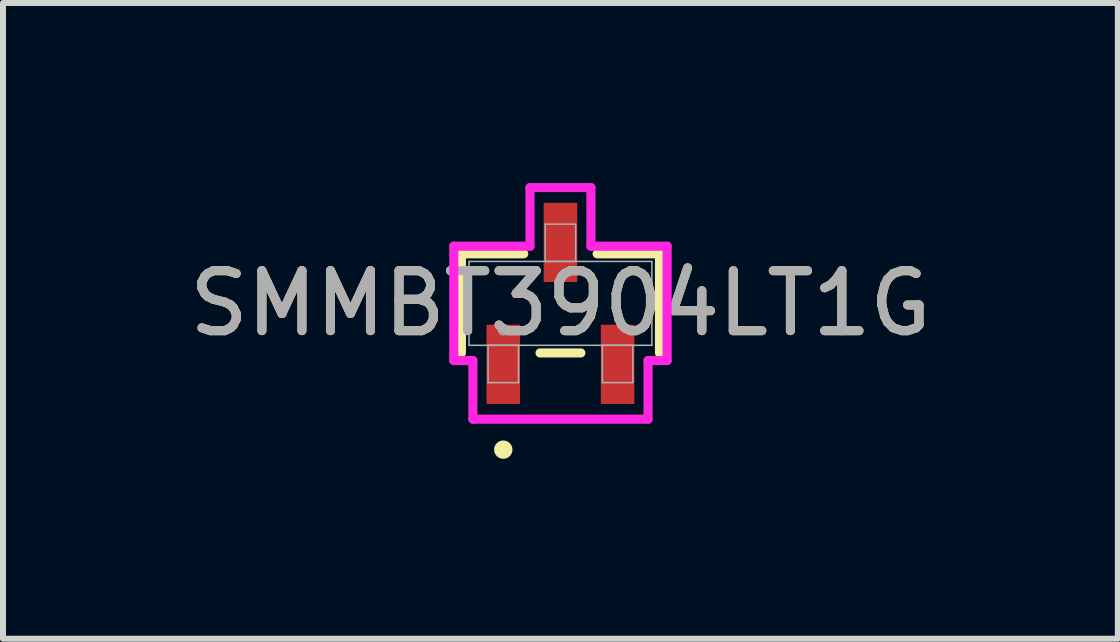
<source format=kicad_pcb>
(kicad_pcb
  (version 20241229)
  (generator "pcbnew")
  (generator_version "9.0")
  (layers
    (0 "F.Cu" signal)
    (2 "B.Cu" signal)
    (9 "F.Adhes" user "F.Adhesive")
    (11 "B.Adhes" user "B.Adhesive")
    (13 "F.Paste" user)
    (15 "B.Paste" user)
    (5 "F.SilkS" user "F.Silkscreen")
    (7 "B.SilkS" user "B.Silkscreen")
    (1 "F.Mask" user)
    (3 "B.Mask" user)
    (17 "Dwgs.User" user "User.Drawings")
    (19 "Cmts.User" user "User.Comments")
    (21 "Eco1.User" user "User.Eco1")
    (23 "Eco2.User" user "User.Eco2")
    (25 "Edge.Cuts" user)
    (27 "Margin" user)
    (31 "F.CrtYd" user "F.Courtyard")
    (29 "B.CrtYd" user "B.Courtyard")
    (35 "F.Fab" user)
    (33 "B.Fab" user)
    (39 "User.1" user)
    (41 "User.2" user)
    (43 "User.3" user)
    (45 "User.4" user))
  (footprint "SMMBT3904LT1G"
    (layer "F.Cu")
    (at 6.292 2.007)
    (property "Reference" "SMMBT3904LT1G" (at 0 0 0) (unlocked yes) (layer "F.SilkS") (effects (font (size 1 1) (thickness 0.15))))
    (attr smd)
    (fp_line (start -1.651 -0.826) (end -1.651 0.826) (stroke (width 0.152) (type solid)) (layer "F.SilkS"))
    (fp_line (start -0.612 -0.826) (end -1.651 -0.826) (stroke (width 0.152) (type solid)) (layer "F.SilkS"))
    (fp_line (start -0.34 0.826) (end 0.34 0.826) (stroke (width 0.152) (type solid)) (layer "F.SilkS"))
    (fp_line (start 1.651 -0.826) (end 0.612 -0.826) (stroke (width 0.152) (type solid)) (layer "F.SilkS"))
    (fp_line (start 1.651 0.826) (end 1.651 -0.826) (stroke (width 0.152) (type solid)) (layer "F.SilkS"))
    (fp_circle (center -0.953 2.438) (end -0.876 2.438) (stroke (width 0.152) (type solid)) (fill no) (layer "F.SilkS"))
    (fp_line (start -1.778 -0.953) (end -0.508 -0.953) (stroke (width 0.152) (type solid)) (layer "F.CrtYd"))
    (fp_line (start -1.778 0.953) (end -1.778 -0.953) (stroke (width 0.152) (type solid)) (layer "F.CrtYd"))
    (fp_line (start -1.778 0.953) (end -1.46 0.953) (stroke (width 0.152) (type solid)) (layer "F.CrtYd"))
    (fp_line (start -1.46 0.953) (end -1.46 1.93) (stroke (width 0.152) (type solid)) (layer "F.CrtYd"))
    (fp_line (start -1.46 1.93) (end 1.46 1.93) (stroke (width 0.152) (type solid)) (layer "F.CrtYd"))
    (fp_line (start -0.508 -1.93) (end 0.508 -1.93) (stroke (width 0.152) (type solid)) (layer "F.CrtYd"))
    (fp_line (start -0.508 -0.953) (end -0.508 -1.93) (stroke (width 0.152) (type solid)) (layer "F.CrtYd"))
    (fp_line (start 0.508 -0.953) (end 0.508 -1.93) (stroke (width 0.152) (type solid)) (layer "F.CrtYd"))
    (fp_line (start 1.46 0.953) (end 1.46 1.93) (stroke (width 0.152) (type solid)) (layer "F.CrtYd"))
    (fp_line (start 1.778 -0.953) (end 0.508 -0.953) (stroke (width 0.152) (type solid)) (layer "F.CrtYd"))
    (fp_line (start 1.778 -0.953) (end 1.778 0.953) (stroke (width 0.152) (type solid)) (layer "F.CrtYd"))
    (fp_line (start 1.778 0.953) (end 1.46 0.953) (stroke (width 0.152) (type solid)) (layer "F.CrtYd"))
    (fp_line (start -1.524 -0.699) (end -1.524 0.699) (stroke (width 0.025) (type solid)) (layer "F.Fab"))
    (fp_line (start -1.524 0.699) (end 1.524 0.699) (stroke (width 0.025) (type solid)) (layer "F.Fab"))
    (fp_line (start -1.206 0.699) (end -1.206 1.321) (stroke (width 0.025) (type solid)) (layer "F.Fab"))
    (fp_line (start -1.206 1.321) (end -0.699 1.321) (stroke (width 0.025) (type solid)) (layer "F.Fab"))
    (fp_line (start -0.699 0.699) (end -1.206 0.699) (stroke (width 0.025) (type solid)) (layer "F.Fab"))
    (fp_line (start -0.699 1.321) (end -0.699 0.699) (stroke (width 0.025) (type solid)) (layer "F.Fab"))
    (fp_line (start -0.254 -1.321) (end -0.254 -0.699) (stroke (width 0.025) (type solid)) (layer "F.Fab"))
    (fp_line (start -0.254 -0.699) (end 0.254 -0.699) (stroke (width 0.025) (type solid)) (layer "F.Fab"))
    (fp_line (start 0.254 -1.321) (end -0.254 -1.321) (stroke (width 0.025) (type solid)) (layer "F.Fab"))
    (fp_line (start 0.254 -0.699) (end 0.254 -1.321) (stroke (width 0.025) (type solid)) (layer "F.Fab"))
    (fp_line (start 0.699 0.699) (end 0.699 1.321) (stroke (width 0.025) (type solid)) (layer "F.Fab"))
    (fp_line (start 0.699 1.321) (end 1.206 1.321) (stroke (width 0.025) (type solid)) (layer "F.Fab"))
    (fp_line (start 1.206 0.699) (end 0.699 0.699) (stroke (width 0.025) (type solid)) (layer "F.Fab"))
    (fp_line (start 1.206 1.321) (end 1.206 0.699) (stroke (width 0.025) (type solid)) (layer "F.Fab"))
    (fp_line (start 1.524 -0.699) (end -1.524 -0.699) (stroke (width 0.025) (type solid)) (layer "F.Fab"))
    (fp_line (start 1.524 0.699) (end 1.524 -0.699) (stroke (width 0.025) (type solid)) (layer "F.Fab"))
    (fp_circle (center -0.953 0.445) (end -0.876 0.445) (stroke (width 0.025) (type solid)) (fill no) (layer "F.Fab"))
    (fp_text user "${REFERENCE}" (at 0 0 0) (unlocked yes) (layer "F.Fab") (effects (font (size 1 1) (thickness 0.15))))
    (pad "1" smd rect (at -0.953 1.016) (size 0.559 1.321) (layers "F.Cu" "F.Mask" "F.Paste"))
    (pad "2" smd rect (at 0.953 1.016) (size 0.559 1.321) (layers "F.Cu" "F.Mask" "F.Paste"))
    (pad "3" smd rect (at 0 -1.016) (size 0.559 1.321) (layers "F.Cu" "F.Mask" "F.Paste")))
  (gr_rect
    (start -3 -3)
    (end 15.583 7.597)
    (stroke (width 0.1) (type default))
    (fill no)
    (layer "Edge.Cuts")))
</source>
